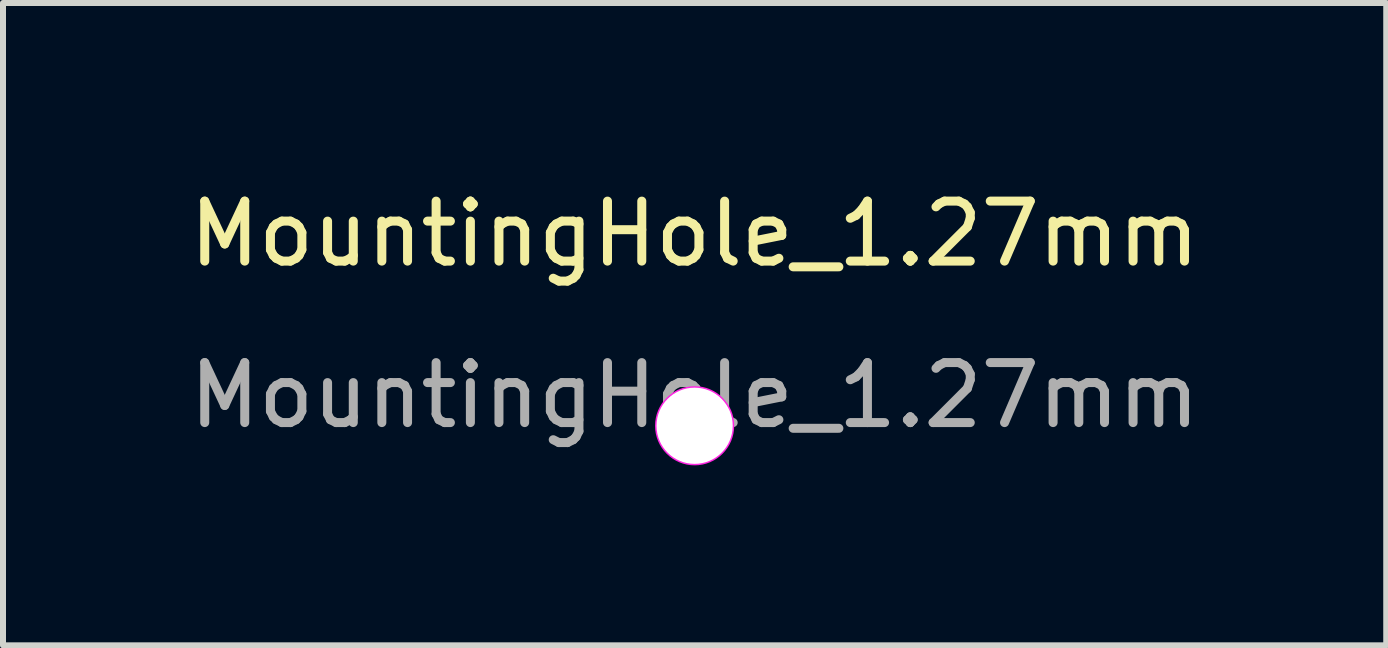
<source format=kicad_pcb>
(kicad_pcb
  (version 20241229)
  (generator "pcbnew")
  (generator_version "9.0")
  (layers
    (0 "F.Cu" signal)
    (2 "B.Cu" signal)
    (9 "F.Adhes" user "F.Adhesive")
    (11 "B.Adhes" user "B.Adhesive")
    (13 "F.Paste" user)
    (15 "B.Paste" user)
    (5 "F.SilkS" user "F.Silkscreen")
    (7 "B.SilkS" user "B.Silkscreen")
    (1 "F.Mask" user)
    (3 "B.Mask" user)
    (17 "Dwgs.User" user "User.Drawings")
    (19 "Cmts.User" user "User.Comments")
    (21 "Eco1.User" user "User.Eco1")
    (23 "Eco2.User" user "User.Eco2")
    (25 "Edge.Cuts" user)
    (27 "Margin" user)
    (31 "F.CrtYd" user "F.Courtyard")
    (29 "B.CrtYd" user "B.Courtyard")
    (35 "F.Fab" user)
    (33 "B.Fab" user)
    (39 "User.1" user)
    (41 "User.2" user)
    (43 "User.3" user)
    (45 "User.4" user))
  (footprint "MountingHole_1.27mm"
    (layer "F.Cu")
    (at 8.53 4.048)
    (property "Reference" "MountingHole_1.27mm" (at 0 -3.2 0) (layer "F.SilkS") (effects (font (size 1 1) (thickness 0.15))))
    (attr exclude_from_pos_files)
    (fp_circle (center 0 0) (end 0.635 0) (stroke (width 0.05) (type solid)) (fill no) (layer "F.CrtYd"))
    (fp_text user "${REFERENCE}" (at 0 -0.508 0) (layer "F.Fab") (effects (font (size 1 1) (thickness 0.15))))
    (pad "" np_thru_hole circle (at 0 0) (size 1.27 1.27) (drill 1.27) (layers "*.Cu" "*.Mask")))
  (gr_rect
    (start -3 -3)
    (end 20.06 7.708)
    (stroke (width 0.1) (type default))
    (fill no)
    (layer "Edge.Cuts")))
</source>
